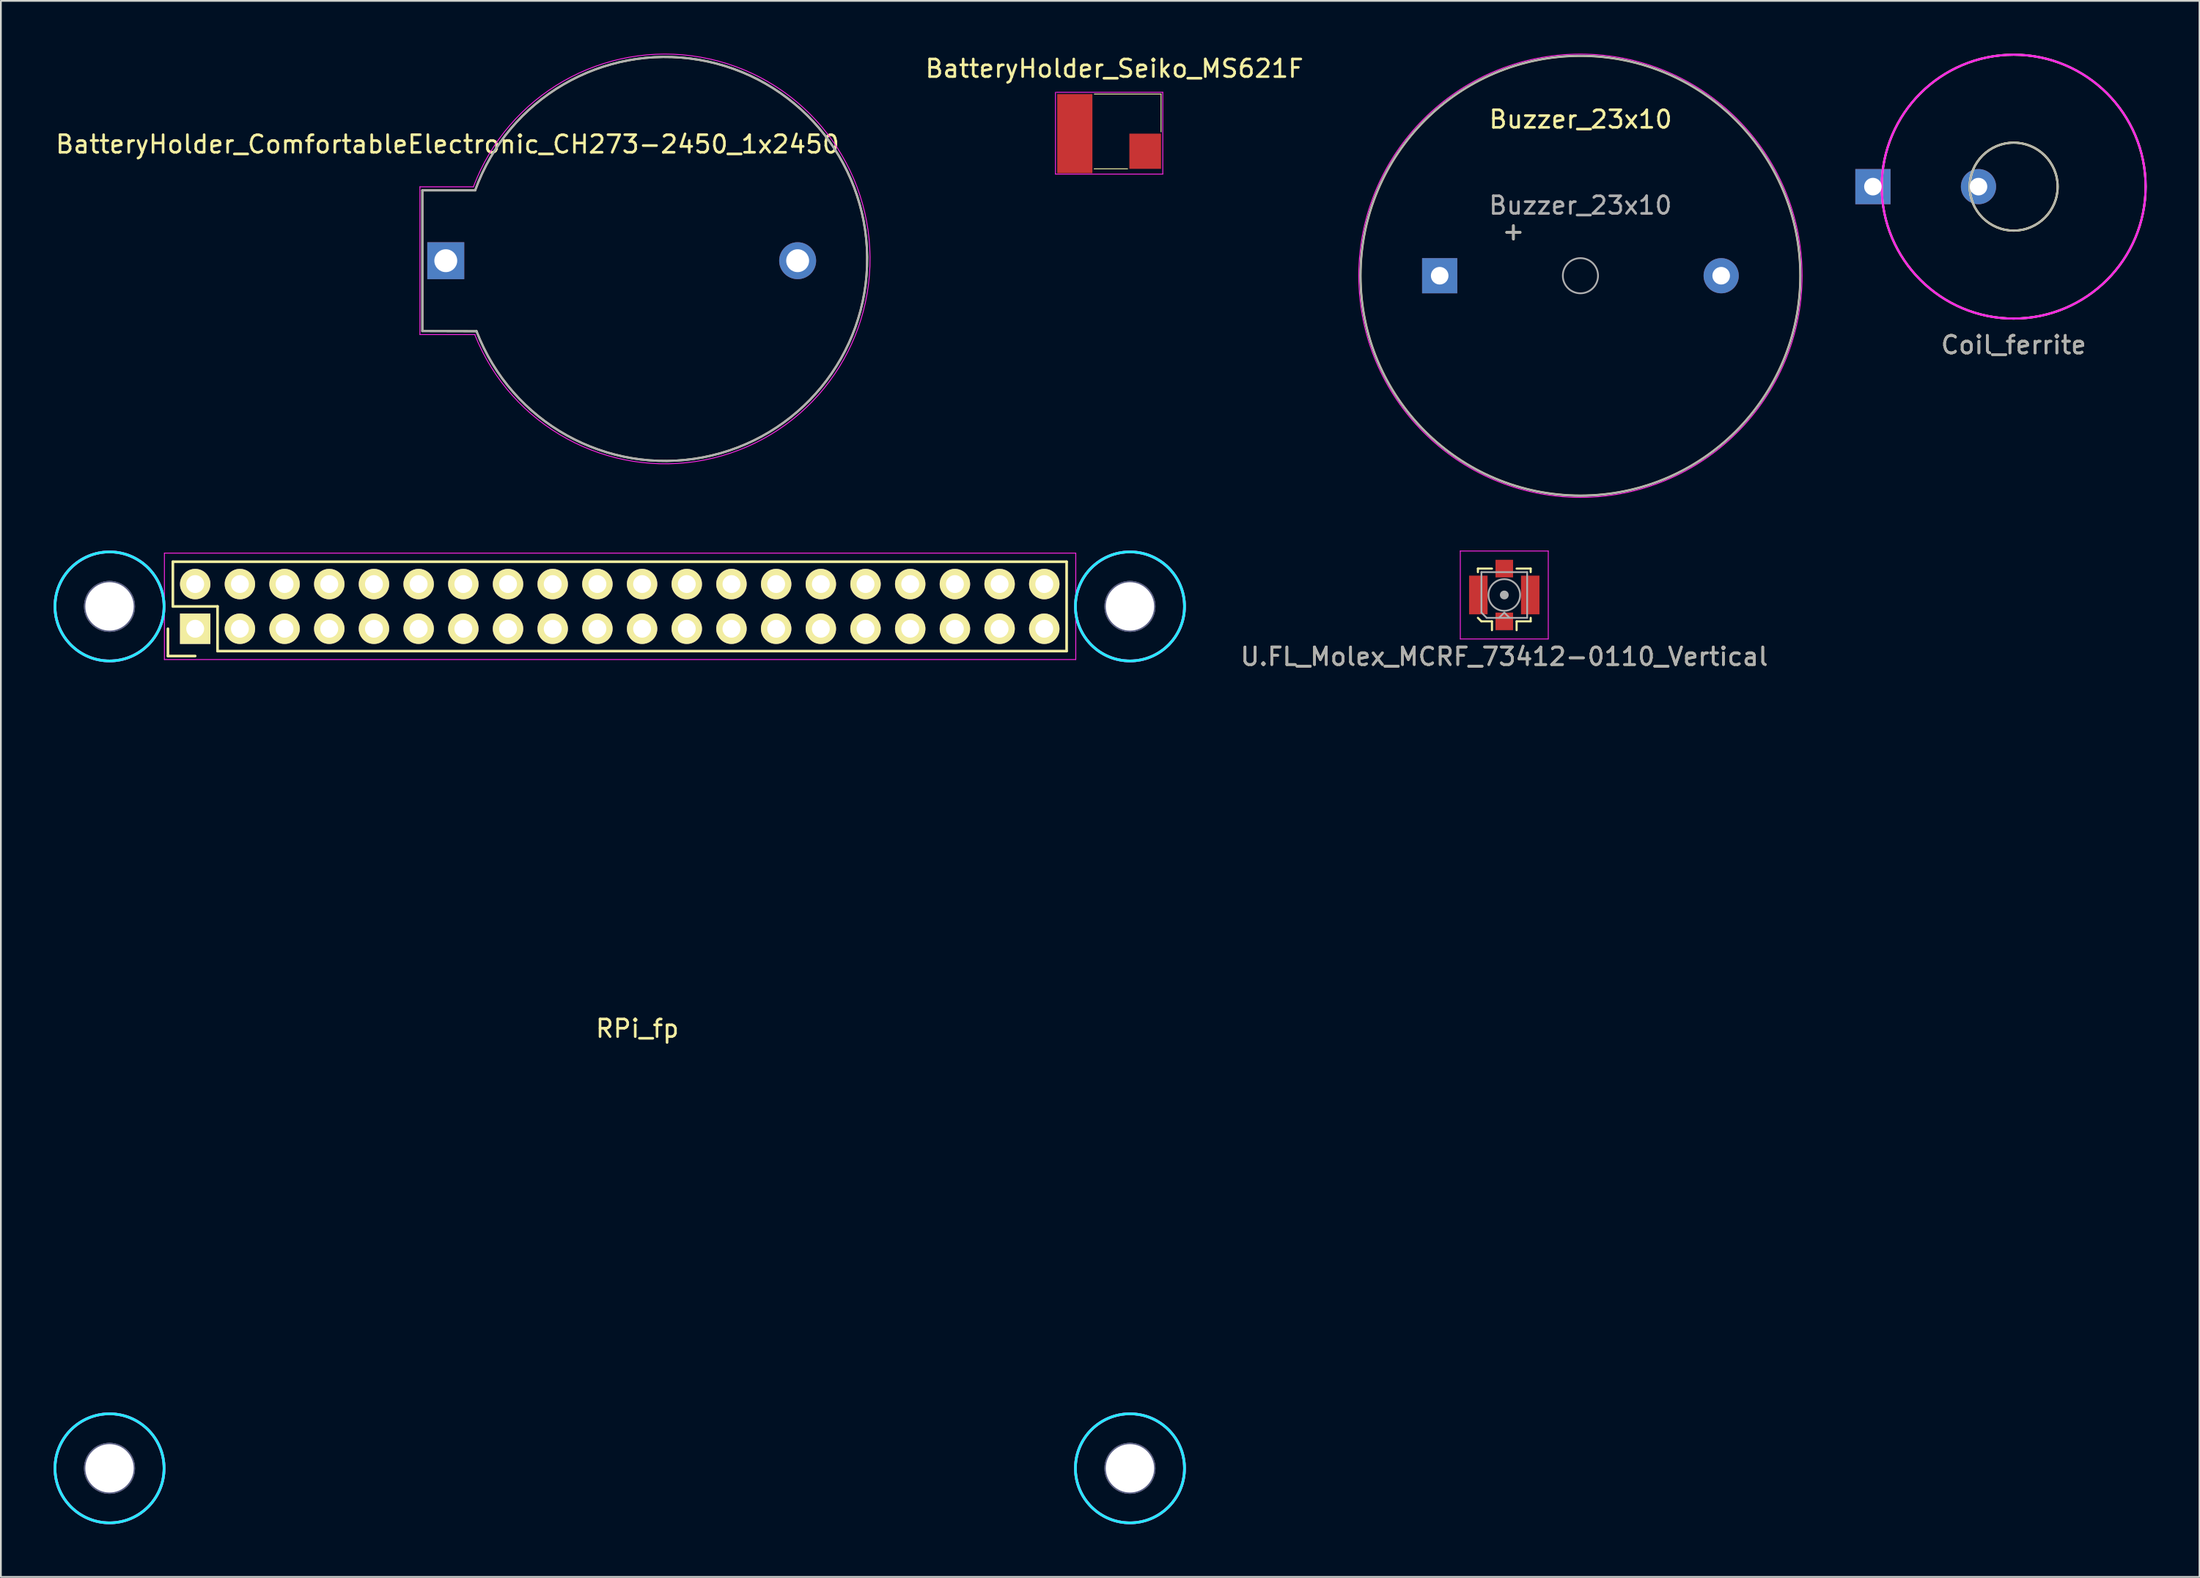
<source format=kicad_pcb>
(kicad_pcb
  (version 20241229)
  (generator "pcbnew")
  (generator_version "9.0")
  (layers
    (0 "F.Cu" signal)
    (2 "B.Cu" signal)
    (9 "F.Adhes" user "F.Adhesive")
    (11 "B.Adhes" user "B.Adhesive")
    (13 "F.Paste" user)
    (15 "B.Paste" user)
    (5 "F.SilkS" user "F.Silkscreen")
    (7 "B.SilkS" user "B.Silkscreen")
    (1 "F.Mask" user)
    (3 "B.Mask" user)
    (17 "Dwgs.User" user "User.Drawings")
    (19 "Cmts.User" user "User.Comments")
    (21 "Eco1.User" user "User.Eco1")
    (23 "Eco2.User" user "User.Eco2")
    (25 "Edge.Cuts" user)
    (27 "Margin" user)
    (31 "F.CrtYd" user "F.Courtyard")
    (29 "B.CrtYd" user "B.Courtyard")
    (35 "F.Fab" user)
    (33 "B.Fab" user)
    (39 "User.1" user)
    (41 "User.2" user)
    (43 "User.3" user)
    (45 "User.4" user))
  (footprint "BatteryHolder_Seiko_MS621F"
    (layer "F.Cu")
    (at 60.241 4.748)
    (property "Reference" "BatteryHolder_Seiko_MS621F" (at 0.05 -3.9 0) (layer "F.SilkS") (effects (font (size 1 1) (thickness 0.15))))
    (attr smd)
    (fp_line (start -1.09 -2.45) (end 2.7 -2.45) (stroke (width 0.05) (type solid)) (layer "F.SilkS"))
    (fp_line (start 0.8 1.8) (end -1.1 1.8) (stroke (width 0.05) (type solid)) (layer "F.SilkS"))
    (fp_line (start 2.7 -2.45) (end 2.7 -0.3) (stroke (width 0.05) (type solid)) (layer "F.SilkS"))
    (fp_line (start -3.3 -2.55) (end -3.3 2.1) (stroke (width 0.05) (type solid)) (layer "F.CrtYd"))
    (fp_line (start -3.25 -2.55) (end 2.8 -2.55) (stroke (width 0.05) (type solid)) (layer "F.CrtYd"))
    (fp_line (start 2.8 -2.55) (end 2.8 2.1) (stroke (width 0.05) (type solid)) (layer "F.CrtYd"))
    (fp_line (start 2.8 2.1) (end -3.3 2.1) (stroke (width 0.05) (type solid)) (layer "F.CrtYd"))
    (pad "1" smd rect (at 1.8 0.8) (size 1.8 2) (layers "F.Cu" "F.Mask" "F.Paste"))
    (pad "2" smd rect (at -2.2 -0.2 180) (size 2 4.5) (layers "F.Cu" "F.Mask" "F.Paste")))
  (footprint "BatteryHolder_ComfortableElectronic_CH273-2450_1x2450"
    (layer "F.Cu")
    (at 22.287 11.771)
    (property "Reference" "BatteryHolder_ComfortableElectronic_CH273-2450_1x2450" (at 0.1 -6.62 0) (layer "F.SilkS") (effects (font (size 1 1) (thickness 0.15))))
    (attr through_hole)
    (fp_line (start -1.33 4) (end -1.33 -4) (stroke (width 0.12) (type solid)) (layer "F.SilkS"))
    (fp_line (start 1.67 -4) (end -1.33 -4) (stroke (width 0.12) (type solid)) (layer "F.SilkS"))
    (fp_line (start 1.748 4.009) (end -1.33 4) (stroke (width 0.12) (type solid)) (layer "F.SilkS"))
    (fp_arc (start 1.67 -4) (mid 23.952056 -0.211275) (end 1.747613 4.008578) (stroke (width 0.12) (type solid)) (layer "F.SilkS"))
    (fp_line (start -1.47 -4.2) (end 1.57 -4.2) (stroke (width 0.05) (type solid)) (layer "F.CrtYd"))
    (fp_line (start -1.47 4.2) (end -1.47 -4.2) (stroke (width 0.05) (type solid)) (layer "F.CrtYd"))
    (fp_line (start 1.67 4.2) (end -1.47 4.2) (stroke (width 0.05) (type solid)) (layer "F.CrtYd"))
    (fp_arc (start 1.57 -4.2) (mid 24.115067 -0.211407) (end 1.650437 4.207789) (stroke (width 0.05) (type solid)) (layer "F.CrtYd"))
    (fp_line (start -1.33 4) (end -1.33 -4) (stroke (width 0.12) (type solid)) (layer "F.Fab"))
    (fp_line (start 1.67 -4) (end -1.33 -4) (stroke (width 0.12) (type solid)) (layer "F.Fab"))
    (fp_line (start 1.748 4.009) (end -1.33 4) (stroke (width 0.12) (type solid)) (layer "F.Fab"))
    (fp_arc (start 1.67 -4) (mid 23.952076 -0.209178) (end 1.746113 4.004662) (stroke (width 0.12) (type solid)) (layer "F.Fab"))
    (pad "1" thru_hole rect (at 0 0 270) (size 2.1 2.1) (drill 1.3) (layers "*.Cu" "*.Mask"))
    (pad "2" thru_hole circle (at 20 0 270) (size 2.1 2.1) (drill 1.3) (layers "*.Cu" "*.Mask")))
  (footprint "U.FL_Molex_MCRF_73412-0110_Vertical"
    (layer "F.Cu")
    (at 82.451 30.775)
    (property "Reference" "U.FL_Molex_MCRF_73412-0110_Vertical" (at 0 3.5 0) (layer "F.SilkS") (effects (font (size 1 1) (thickness 0.15))))
    (attr smd)
    (fp_line (start -1.5 -1.5) (end -0.7 -1.5) (stroke (width 0.12) (type solid)) (layer "F.SilkS"))
    (fp_line (start -1.5 -1.3) (end -1.5 -1.5) (stroke (width 0.12) (type solid)) (layer "F.SilkS"))
    (fp_line (start -1.3 1.5) (end -1.5 1.3) (stroke (width 0.12) (type solid)) (layer "F.SilkS"))
    (fp_line (start -0.7 1.5) (end -1.3 1.5) (stroke (width 0.12) (type solid)) (layer "F.SilkS"))
    (fp_line (start -0.7 1.5) (end -0.7 2) (stroke (width 0.12) (type solid)) (layer "F.SilkS"))
    (fp_line (start 0.7 -1.5) (end 1.5 -1.5) (stroke (width 0.12) (type solid)) (layer "F.SilkS"))
    (fp_line (start 0.7 1.5) (end 0.7 2) (stroke (width 0.12) (type solid)) (layer "F.SilkS"))
    (fp_line (start 1.5 -1.5) (end 1.5 -1.3) (stroke (width 0.12) (type solid)) (layer "F.SilkS"))
    (fp_line (start 1.5 1.3) (end 1.5 1.5) (stroke (width 0.12) (type solid)) (layer "F.SilkS"))
    (fp_line (start 1.5 1.5) (end 0.7 1.5) (stroke (width 0.12) (type solid)) (layer "F.SilkS"))
    (fp_line (start -2.5 -2.5) (end -2.5 2.5) (stroke (width 0.05) (type solid)) (layer "F.CrtYd"))
    (fp_line (start -2.5 2.5) (end 2.5 2.5) (stroke (width 0.05) (type solid)) (layer "F.CrtYd"))
    (fp_line (start 2.5 -2.5) (end -2.5 -2.5) (stroke (width 0.05) (type solid)) (layer "F.CrtYd"))
    (fp_line (start 2.5 2.5) (end 2.5 -2.5) (stroke (width 0.05) (type solid)) (layer "F.CrtYd"))
    (fp_line (start -1.3 -1.3) (end -1.3 1) (stroke (width 0.1) (type solid)) (layer "F.Fab"))
    (fp_line (start -1.3 -1.3) (end 1.3 -1.3) (stroke (width 0.1) (type solid)) (layer "F.Fab"))
    (fp_line (start -1.3 1) (end -1 1.3) (stroke (width 0.1) (type solid)) (layer "F.Fab"))
    (fp_line (start -1 1.3) (end 1.3 1.3) (stroke (width 0.1) (type solid)) (layer "F.Fab"))
    (fp_line (start -0.3 1.3) (end 0 1) (stroke (width 0.1) (type solid)) (layer "F.Fab"))
    (fp_line (start 0 1) (end 0.3 1.3) (stroke (width 0.1) (type solid)) (layer "F.Fab"))
    (fp_line (start 1.3 -1.3) (end 1.3 1.3) (stroke (width 0.1) (type solid)) (layer "F.Fab"))
    (fp_circle (center 0 0) (end 0 0.05) (stroke (width 0.1) (type solid)) (fill no) (layer "F.Fab"))
    (fp_circle (center 0 0) (end 0 0.125) (stroke (width 0.1) (type solid)) (fill no) (layer "F.Fab"))
    (fp_circle (center 0 0) (end 0 0.2) (stroke (width 0.1) (type solid)) (fill no) (layer "F.Fab"))
    (fp_circle (center 0 0) (end 0.9 0) (stroke (width 0.1) (type solid)) (fill no) (layer "F.Fab"))
    (fp_text user "${REFERENCE}" (at 0 3.5 0) (layer "F.Fab") (effects (font (size 1 1) (thickness 0.15))))
    (pad "1" smd rect (at 0 1.5) (size 1 1) (layers "F.Cu" "F.Mask" "F.Paste"))
    (pad "2" smd rect (at -1.475 0) (size 1.05 2.2) (layers "F.Cu" "F.Mask" "F.Paste"))
    (pad "2" smd rect (at 0 -1.5) (size 1 1) (layers "F.Cu" "F.Mask" "F.Paste"))
    (pad "2" smd rect (at 1.475 0) (size 1.05 2.2) (layers "F.Cu" "F.Mask" "F.Paste")))
  (footprint "Buzzer_23x10"
    (layer "F.Cu")
    (at 86.779 12.625)
    (property "Reference" "Buzzer_23x10" (at 0.01 -8.89 0) (layer "F.SilkS") (effects (font (size 1 1) (thickness 0.15))))
    (attr through_hole)
    (fp_circle (center 0 0) (end 12.5 0) (stroke (width 0.12) (type solid)) (fill no) (layer "F.SilkS"))
    (fp_circle (center 0 0) (end 12.6 0) (stroke (width 0.05) (type solid)) (fill no) (layer "F.CrtYd"))
    (fp_circle (center 0 0) (end 1 0) (stroke (width 0.1) (type solid)) (fill no) (layer "F.Fab"))
    (fp_circle (center 0 0) (end 12.5 0) (stroke (width 0.1) (type solid)) (fill no) (layer "F.Fab"))
    (fp_text user "+" (at -3.81 -2.54 0) (layer "F.SilkS") (effects (font (size 1 1) (thickness 0.15))))
    (fp_text user "+" (at -3.81 -2.54 0) (layer "F.Fab") (effects (font (size 1 1) (thickness 0.15))))
    (fp_text user "${REFERENCE}" (at 0 -4 0) (layer "F.Fab") (effects (font (size 1 1) (thickness 0.15))))
    (pad "1" thru_hole rect (at -8 0) (size 2 2) (drill 1) (layers "*.Cu" "*.Mask"))
    (pad "2" thru_hole circle (at 8 0) (size 2 2) (drill 1) (layers "*.Cu" "*.Mask")))
  (footprint "RPi_fp"
    (layer "F.Cu")
    (at 3.175 31.425)
    (property "Reference" "RPi_fp" (at 30 24 0) (unlocked yes) (layer "F.SilkS") (effects (font (size 1 1) (thickness 0.15))))
    (attr through_hole)
    (fp_line (start 3.32 1.27) (end 3.32 2.82) (stroke (width 0.15) (type solid)) (layer "F.SilkS"))
    (fp_line (start 3.32 2.82) (end 4.87 2.82) (stroke (width 0.15) (type solid)) (layer "F.SilkS"))
    (fp_line (start 3.6 -2.54) (end 3.6 0) (stroke (width 0.15) (type solid)) (layer "F.SilkS"))
    (fp_line (start 3.6 0) (end 6.14 0) (stroke (width 0.15) (type solid)) (layer "F.SilkS"))
    (fp_line (start 6.14 0) (end 6.14 2.54) (stroke (width 0.15) (type solid)) (layer "F.SilkS"))
    (fp_line (start 6.14 2.54) (end 54.4 2.54) (stroke (width 0.15) (type solid)) (layer "F.SilkS"))
    (fp_line (start 54.4 -2.54) (end 3.6 -2.54) (stroke (width 0.15) (type solid)) (layer "F.SilkS"))
    (fp_line (start 54.4 -2.54) (end 54.4 2.54) (stroke (width 0.15) (type solid)) (layer "F.SilkS"))
    (fp_circle (center 0 0) (end 3.1 0) (stroke (width 0.15) (type solid)) (fill no) (layer "B.CrtYd"))
    (fp_circle (center 0 49) (end 3.1 49) (stroke (width 0.15) (type solid)) (fill no) (layer "B.CrtYd"))
    (fp_circle (center 58 0) (end 61.1 0) (stroke (width 0.15) (type solid)) (fill no) (layer "B.CrtYd"))
    (fp_circle (center 58 49) (end 61.1 49) (stroke (width 0.15) (type solid)) (fill no) (layer "B.CrtYd"))
    (fp_line (start 3.12 -3.03) (end 54.92 -3.03) (stroke (width 0.05) (type solid)) (layer "F.CrtYd"))
    (fp_line (start 3.12 3.02) (end 3.12 -3.03) (stroke (width 0.05) (type solid)) (layer "F.CrtYd"))
    (fp_line (start 3.12 3.02) (end 54.92 3.02) (stroke (width 0.05) (type solid)) (layer "F.CrtYd"))
    (fp_line (start 54.92 3.02) (end 54.92 -3.03) (stroke (width 0.05) (type solid)) (layer "F.CrtYd"))
    (fp_circle (center 0 0) (end 3.1 0) (stroke (width 0.15) (type solid)) (fill no) (layer "F.CrtYd"))
    (fp_circle (center 0 49) (end 3.1 49) (stroke (width 0.15) (type solid)) (fill no) (layer "F.CrtYd"))
    (fp_circle (center 58 0) (end 61.1 0) (stroke (width 0.15) (type solid)) (fill no) (layer "F.CrtYd"))
    (fp_circle (center 58 49) (end 61.1 49) (stroke (width 0.15) (type solid)) (fill no) (layer "F.CrtYd"))
    (fp_circle (center 0 0) (end 1.375 0) (stroke (width 0.15) (type solid)) (fill no) (layer "B.Fab"))
    (fp_circle (center 0 0) (end 3.1 0) (stroke (width 0.15) (type solid)) (fill no) (layer "B.Fab"))
    (fp_circle (center 0 49) (end 1.375 49) (stroke (width 0.15) (type solid)) (fill no) (layer "B.Fab"))
    (fp_circle (center 0 49) (end 3.1 49) (stroke (width 0.15) (type solid)) (fill no) (layer "B.Fab"))
    (fp_circle (center 58 0) (end 59.375 0) (stroke (width 0.15) (type solid)) (fill no) (layer "B.Fab"))
    (fp_circle (center 58 0) (end 61.1 0) (stroke (width 0.15) (type solid)) (fill no) (layer "B.Fab"))
    (fp_circle (center 58 49) (end 59.375 49) (stroke (width 0.15) (type solid)) (fill no) (layer "B.Fab"))
    (fp_circle (center 58 49) (end 61.1 49) (stroke (width 0.15) (type solid)) (fill no) (layer "B.Fab"))
    (fp_circle (center 0 0) (end 1.375 0) (stroke (width 0.15) (type solid)) (fill no) (layer "F.Fab"))
    (fp_circle (center 0 0) (end 3.1 0) (stroke (width 0.15) (type solid)) (fill no) (layer "F.Fab"))
    (fp_circle (center 0 49) (end 1.375 49) (stroke (width 0.15) (type solid)) (fill no) (layer "F.Fab"))
    (fp_circle (center 0 49) (end 3.1 49) (stroke (width 0.15) (type solid)) (fill no) (layer "F.Fab"))
    (fp_circle (center 58 0) (end 59.375 0) (stroke (width 0.15) (type solid)) (fill no) (layer "F.Fab"))
    (fp_circle (center 58 0) (end 61.1 0) (stroke (width 0.15) (type solid)) (fill no) (layer "F.Fab"))
    (fp_circle (center 58 49) (end 59.375 49) (stroke (width 0.15) (type solid)) (fill no) (layer "F.Fab"))
    (fp_circle (center 58 49) (end 61.1 49) (stroke (width 0.15) (type solid)) (fill no) (layer "F.Fab"))
    (pad "" np_thru_hole circle (at 0 0) (size 2.75 2.75) (drill 2.75) (layers "*.Cu" "*.Mask"))
    (pad "" np_thru_hole circle (at 0 49) (size 2.75 2.75) (drill 2.75) (layers "*.Cu" "*.Mask"))
    (pad "" np_thru_hole circle (at 58 0) (size 2.75 2.75) (drill 2.75) (layers "*.Cu" "*.Mask"))
    (pad "" np_thru_hole circle (at 58 49) (size 2.75 2.75) (drill 2.75) (layers "*.Cu" "*.Mask"))
    (pad "1" thru_hole rect (at 4.87 1.27 90) (size 1.727 1.727) (drill 1.016) (layers "*.Cu" "*.Mask" "F.SilkS"))
    (pad "2" thru_hole oval (at 4.87 -1.27 90) (size 1.727 1.727) (drill 1.016) (layers "*.Cu" "*.Mask" "F.SilkS"))
    (pad "3" thru_hole oval (at 7.41 1.27 90) (size 1.727 1.727) (drill 1.016) (layers "*.Cu" "*.Mask" "F.SilkS"))
    (pad "4" thru_hole oval (at 7.41 -1.27 90) (size 1.727 1.727) (drill 1.016) (layers "*.Cu" "*.Mask" "F.SilkS"))
    (pad "5" thru_hole oval (at 9.95 1.27 90) (size 1.727 1.727) (drill 1.016) (layers "*.Cu" "*.Mask" "F.SilkS"))
    (pad "6" thru_hole oval (at 9.95 -1.27 90) (size 1.727 1.727) (drill 1.016) (layers "*.Cu" "*.Mask" "F.SilkS"))
    (pad "7" thru_hole oval (at 12.49 1.27 90) (size 1.727 1.727) (drill 1.016) (layers "*.Cu" "*.Mask" "F.SilkS"))
    (pad "8" thru_hole oval (at 12.49 -1.27 90) (size 1.727 1.727) (drill 1.016) (layers "*.Cu" "*.Mask" "F.SilkS"))
    (pad "9" thru_hole oval (at 15.03 1.27 90) (size 1.727 1.727) (drill 1.016) (layers "*.Cu" "*.Mask" "F.SilkS"))
    (pad "10" thru_hole oval (at 15.03 -1.27 90) (size 1.727 1.727) (drill 1.016) (layers "*.Cu" "*.Mask" "F.SilkS"))
    (pad "11" thru_hole oval (at 17.57 1.27 90) (size 1.727 1.727) (drill 1.016) (layers "*.Cu" "*.Mask" "F.SilkS"))
    (pad "12" thru_hole oval (at 17.57 -1.27 90) (size 1.727 1.727) (drill 1.016) (layers "*.Cu" "*.Mask" "F.SilkS"))
    (pad "13" thru_hole oval (at 20.11 1.27 90) (size 1.727 1.727) (drill 1.016) (layers "*.Cu" "*.Mask" "F.SilkS"))
    (pad "14" thru_hole oval (at 20.11 -1.27 90) (size 1.727 1.727) (drill 1.016) (layers "*.Cu" "*.Mask" "F.SilkS"))
    (pad "15" thru_hole oval (at 22.65 1.27 90) (size 1.727 1.727) (drill 1.016) (layers "*.Cu" "*.Mask" "F.SilkS"))
    (pad "16" thru_hole oval (at 22.65 -1.27 90) (size 1.727 1.727) (drill 1.016) (layers "*.Cu" "*.Mask" "F.SilkS"))
    (pad "17" thru_hole oval (at 25.19 1.27 90) (size 1.727 1.727) (drill 1.016) (layers "*.Cu" "*.Mask" "F.SilkS"))
    (pad "18" thru_hole oval (at 25.19 -1.27 90) (size 1.727 1.727) (drill 1.016) (layers "*.Cu" "*.Mask" "F.SilkS"))
    (pad "19" thru_hole oval (at 27.73 1.27 90) (size 1.727 1.727) (drill 1.016) (layers "*.Cu" "*.Mask" "F.SilkS"))
    (pad "20" thru_hole oval (at 27.73 -1.27 90) (size 1.727 1.727) (drill 1.016) (layers "*.Cu" "*.Mask" "F.SilkS"))
    (pad "21" thru_hole oval (at 30.27 1.27 90) (size 1.727 1.727) (drill 1.016) (layers "*.Cu" "*.Mask" "F.SilkS"))
    (pad "22" thru_hole oval (at 30.27 -1.27 90) (size 1.727 1.727) (drill 1.016) (layers "*.Cu" "*.Mask" "F.SilkS"))
    (pad "23" thru_hole oval (at 32.81 1.27 90) (size 1.727 1.727) (drill 1.016) (layers "*.Cu" "*.Mask" "F.SilkS"))
    (pad "24" thru_hole oval (at 32.81 -1.27 90) (size 1.727 1.727) (drill 1.016) (layers "*.Cu" "*.Mask" "F.SilkS"))
    (pad "25" thru_hole oval (at 35.35 1.27 90) (size 1.727 1.727) (drill 1.016) (layers "*.Cu" "*.Mask" "F.SilkS"))
    (pad "26" thru_hole oval (at 35.35 -1.27 90) (size 1.727 1.727) (drill 1.016) (layers "*.Cu" "*.Mask" "F.SilkS"))
    (pad "27" thru_hole oval (at 37.89 1.27 90) (size 1.727 1.727) (drill 1.016) (layers "*.Cu" "*.Mask" "F.SilkS"))
    (pad "28" thru_hole oval (at 37.89 -1.27 90) (size 1.727 1.727) (drill 1.016) (layers "*.Cu" "*.Mask" "F.SilkS"))
    (pad "29" thru_hole oval (at 40.43 1.27 90) (size 1.727 1.727) (drill 1.016) (layers "*.Cu" "*.Mask" "F.SilkS"))
    (pad "30" thru_hole oval (at 40.43 -1.27 90) (size 1.727 1.727) (drill 1.016) (layers "*.Cu" "*.Mask" "F.SilkS"))
    (pad "31" thru_hole oval (at 42.97 1.27 90) (size 1.727 1.727) (drill 1.016) (layers "*.Cu" "*.Mask" "F.SilkS"))
    (pad "32" thru_hole oval (at 42.97 -1.27 90) (size 1.727 1.727) (drill 1.016) (layers "*.Cu" "*.Mask" "F.SilkS"))
    (pad "33" thru_hole oval (at 45.51 1.27 90) (size 1.727 1.727) (drill 1.016) (layers "*.Cu" "*.Mask" "F.SilkS"))
    (pad "34" thru_hole oval (at 45.51 -1.27 90) (size 1.727 1.727) (drill 1.016) (layers "*.Cu" "*.Mask" "F.SilkS"))
    (pad "35" thru_hole oval (at 48.05 1.27 90) (size 1.727 1.727) (drill 1.016) (layers "*.Cu" "*.Mask" "F.SilkS"))
    (pad "36" thru_hole oval (at 48.05 -1.27 90) (size 1.727 1.727) (drill 1.016) (layers "*.Cu" "*.Mask" "F.SilkS"))
    (pad "37" thru_hole oval (at 50.59 1.27 90) (size 1.727 1.727) (drill 1.016) (layers "*.Cu" "*.Mask" "F.SilkS"))
    (pad "38" thru_hole oval (at 50.59 -1.27 90) (size 1.727 1.727) (drill 1.016) (layers "*.Cu" "*.Mask" "F.SilkS"))
    (pad "39" thru_hole oval (at 53.13 1.27 90) (size 1.727 1.727) (drill 1.016) (layers "*.Cu" "*.Mask" "F.SilkS"))
    (pad "40" thru_hole oval (at 53.13 -1.27 90) (size 1.727 1.727) (drill 1.016) (layers "*.Cu" "*.Mask" "F.SilkS")))
  (footprint "Coil_ferrite"
    (layer "F.Cu")
    (at 109.404 7.56)
    (property "Reference" "Coil_ferrite" (at 2 9 0) (layer "F.SilkS") (effects (font (size 1 1) (thickness 0.15))))
    (attr through_hole)
    (fp_circle (center 2 0) (end 4.5 0) (stroke (width 0.12) (type solid)) (fill no) (layer "F.SilkS"))
    (fp_circle (center 2 0) (end 4.5 0) (stroke (width 0.12) (type solid)) (fill no) (layer "F.SilkS"))
    (fp_circle (center 2 0) (end 9.5 0) (stroke (width 0.12) (type solid)) (fill no) (layer "F.SilkS"))
    (fp_circle (center 2 0) (end 9.5 0) (stroke (width 0.12) (type solid)) (fill no) (layer "F.CrtYd"))
    (fp_circle (center 2 0) (end 4.5 0) (stroke (width 0.1) (type solid)) (fill no) (layer "F.Fab"))
    (fp_circle (center 2 0) (end 9.5 0) (stroke (width 0.12) (type solid)) (fill no) (layer "F.Fab"))
    (fp_text user "${REFERENCE}" (at 2 9 0) (layer "F.Fab") (effects (font (size 1 1) (thickness 0.15))))
    (pad "1" thru_hole rect (at -6 0) (size 2 2) (drill 1) (layers "*.Cu" "*.Mask"))
    (pad "2" thru_hole circle (at 0 0) (size 2 2) (drill 1) (layers "*.Cu" "*.Mask")))
  (gr_rect
    (start -3 -3)
    (end 121.964 86.6)
    (stroke (width 0.1) (type default))
    (fill no)
    (layer "Edge.Cuts")))
</source>
